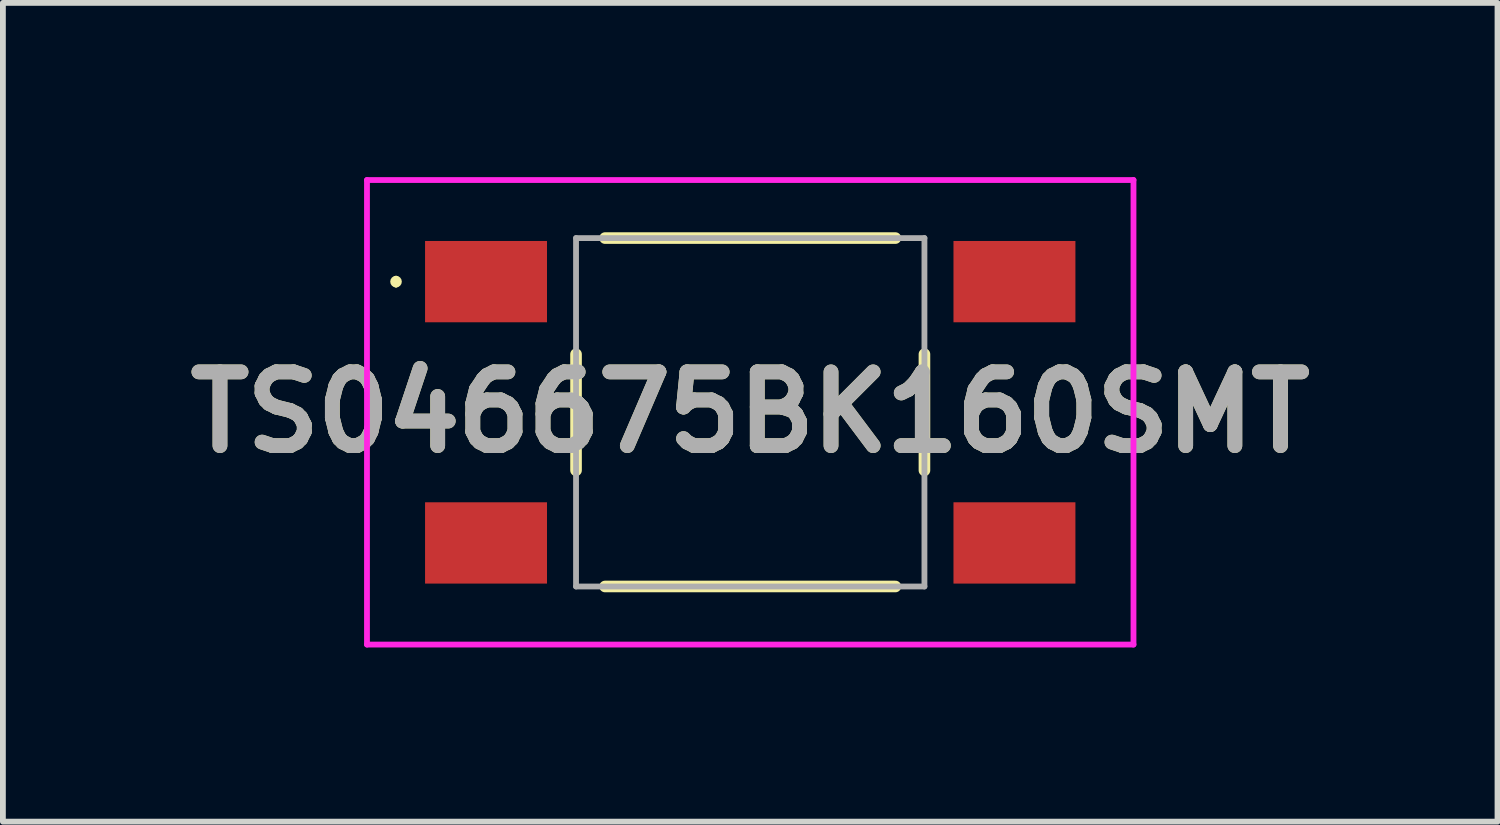
<source format=kicad_pcb>
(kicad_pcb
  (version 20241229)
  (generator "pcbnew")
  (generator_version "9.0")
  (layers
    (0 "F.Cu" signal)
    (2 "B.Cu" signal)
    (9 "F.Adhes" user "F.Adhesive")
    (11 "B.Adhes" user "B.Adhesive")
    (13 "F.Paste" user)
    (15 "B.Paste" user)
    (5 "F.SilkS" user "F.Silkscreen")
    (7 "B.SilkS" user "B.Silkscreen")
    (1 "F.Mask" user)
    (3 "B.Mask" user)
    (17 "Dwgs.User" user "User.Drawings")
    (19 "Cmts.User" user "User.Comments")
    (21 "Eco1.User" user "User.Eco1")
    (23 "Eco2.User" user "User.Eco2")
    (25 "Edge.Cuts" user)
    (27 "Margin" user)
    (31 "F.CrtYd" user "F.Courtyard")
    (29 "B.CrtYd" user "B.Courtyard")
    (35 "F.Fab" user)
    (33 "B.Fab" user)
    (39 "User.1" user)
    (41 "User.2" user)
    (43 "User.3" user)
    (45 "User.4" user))
  (footprint "TS046675BK160SMT"
    (layer "F.Cu")
    (at 9.87 4.05)
    (property "Reference" "TS046675BK160SMT" (at 0 0 0) (layer "F.SilkS") (effects (font (size 1.27 1.27) (thickness 0.254))))
    (attr smd)
    (fp_line (start -6.1 -2.3) (end -6.1 -2.3) (stroke (width 0.1) (type solid)) (layer "F.SilkS"))
    (fp_line (start -6.1 -2.2) (end -6.1 -2.2) (stroke (width 0.1) (type solid)) (layer "F.SilkS"))
    (fp_line (start -3 -1) (end -3 1) (stroke (width 0.2) (type solid)) (layer "F.SilkS"))
    (fp_line (start -2.5 -3) (end 2.5 -3) (stroke (width 0.2) (type solid)) (layer "F.SilkS"))
    (fp_line (start -2.5 3) (end 2.5 3) (stroke (width 0.2) (type solid)) (layer "F.SilkS"))
    (fp_line (start 3 -1) (end 3 1) (stroke (width 0.2) (type solid)) (layer "F.SilkS"))
    (fp_arc (start -6.1 -2.3) (mid -6.05 -2.25) (end -6.1 -2.2) (stroke (width 0.1) (type solid)) (layer "F.SilkS"))
    (fp_arc (start -6.1 -2.2) (mid -6.15 -2.25) (end -6.1 -2.3) (stroke (width 0.1) (type solid)) (layer "F.SilkS"))
    (fp_line (start -6.6 -4) (end 6.6 -4) (stroke (width 0.1) (type solid)) (layer "F.CrtYd"))
    (fp_line (start -6.6 4) (end -6.6 -4) (stroke (width 0.1) (type solid)) (layer "F.CrtYd"))
    (fp_line (start 6.6 -4) (end 6.6 4) (stroke (width 0.1) (type solid)) (layer "F.CrtYd"))
    (fp_line (start 6.6 4) (end -6.6 4) (stroke (width 0.1) (type solid)) (layer "F.CrtYd"))
    (fp_line (start -3 -3) (end 3 -3) (stroke (width 0.1) (type solid)) (layer "F.Fab"))
    (fp_line (start -3 3) (end -3 -3) (stroke (width 0.1) (type solid)) (layer "F.Fab"))
    (fp_line (start 3 -3) (end 3 3) (stroke (width 0.1) (type solid)) (layer "F.Fab"))
    (fp_line (start 3 3) (end -3 3) (stroke (width 0.1) (type solid)) (layer "F.Fab"))
    (fp_text user "${REFERENCE}" (at 0 0 0) (layer "F.Fab") (effects (font (size 1.27 1.27) (thickness 0.254))))
    (pad "1" smd rect (at -4.55 -2.25 90) (size 1.4 2.1) (layers "F.Cu" "F.Mask" "F.Paste"))
    (pad "2" smd rect (at 4.55 -2.25 90) (size 1.4 2.1) (layers "F.Cu" "F.Mask" "F.Paste"))
    (pad "3" smd rect (at -4.55 2.25 90) (size 1.4 2.1) (layers "F.Cu" "F.Mask" "F.Paste"))
    (pad "4" smd rect (at 4.55 2.25 90) (size 1.4 2.1) (layers "F.Cu" "F.Mask" "F.Paste")))
  (gr_rect
    (start -3 -3)
    (end 22.739 11.1)
    (stroke (width 0.1) (type default))
    (fill no)
    (layer "Edge.Cuts")))
</source>
